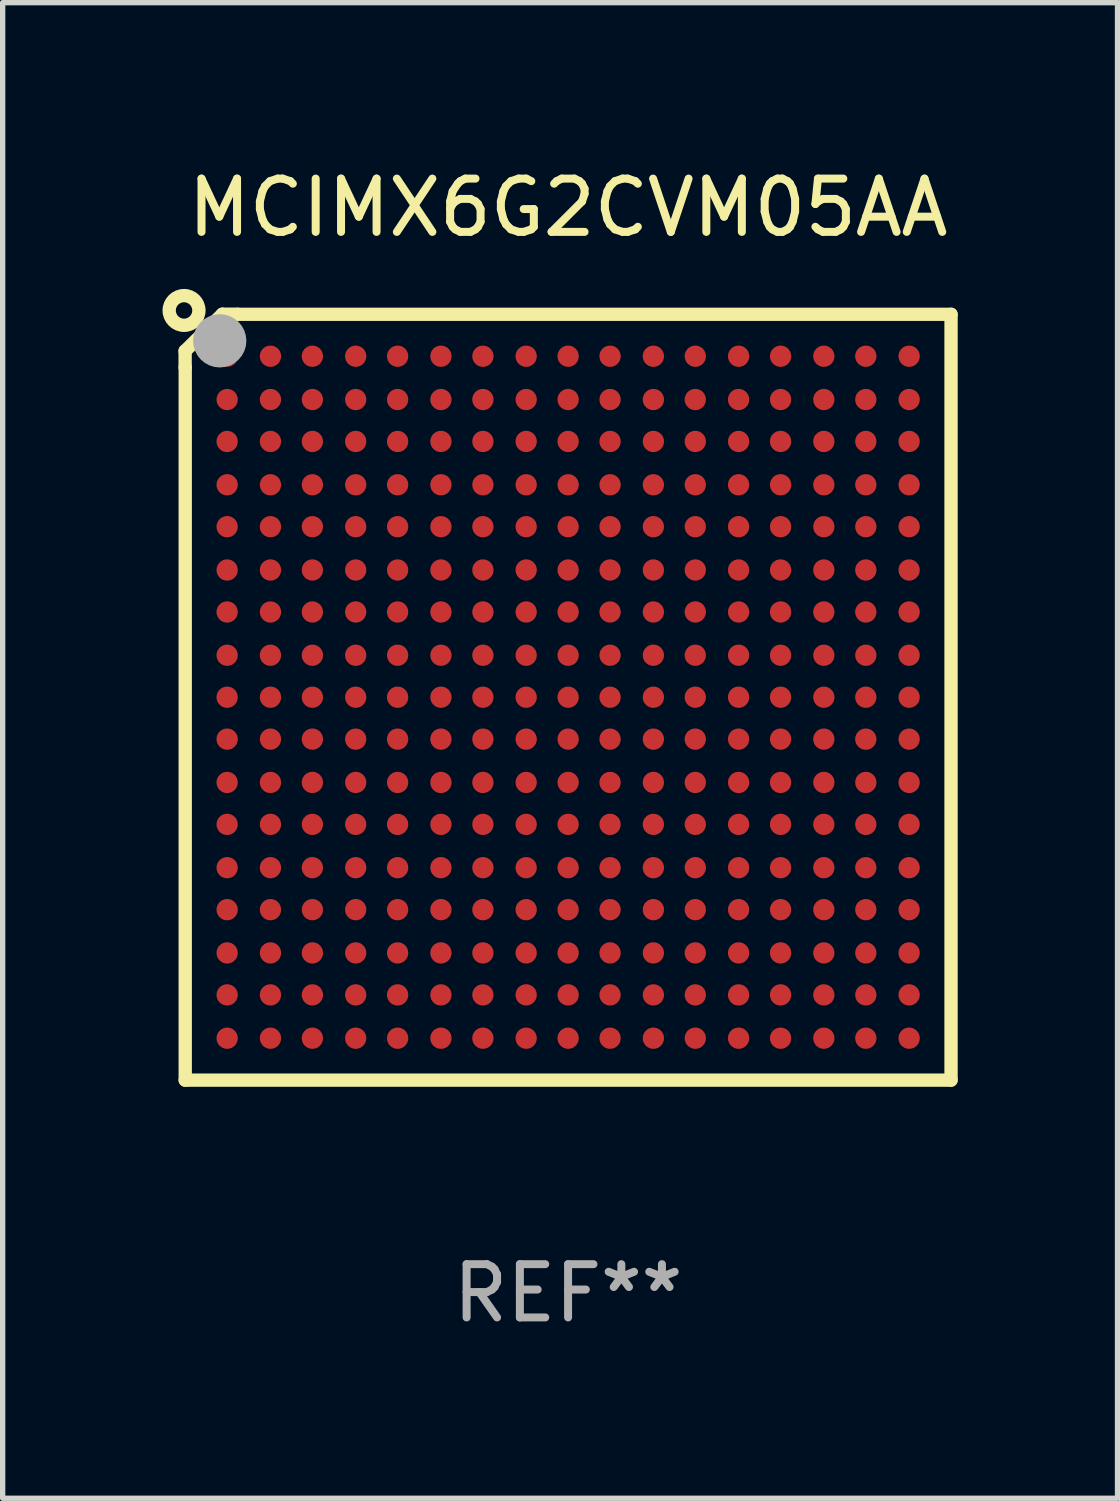
<source format=kicad_pcb>
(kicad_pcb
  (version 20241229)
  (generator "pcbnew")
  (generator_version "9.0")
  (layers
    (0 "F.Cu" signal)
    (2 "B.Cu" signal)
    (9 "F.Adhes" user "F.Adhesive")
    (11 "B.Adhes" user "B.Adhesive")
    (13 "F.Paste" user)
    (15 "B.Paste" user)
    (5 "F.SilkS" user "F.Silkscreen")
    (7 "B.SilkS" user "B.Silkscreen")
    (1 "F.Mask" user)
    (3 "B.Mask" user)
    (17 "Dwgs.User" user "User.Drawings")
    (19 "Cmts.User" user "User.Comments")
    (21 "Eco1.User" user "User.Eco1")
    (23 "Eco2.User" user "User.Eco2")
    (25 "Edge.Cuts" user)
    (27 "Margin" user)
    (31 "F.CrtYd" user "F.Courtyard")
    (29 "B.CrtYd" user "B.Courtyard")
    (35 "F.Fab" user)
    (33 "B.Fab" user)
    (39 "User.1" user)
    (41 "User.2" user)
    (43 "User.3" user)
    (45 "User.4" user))
  (footprint "MCIMX6G2CVM05AA"
    (layer "F.Cu")
    (at 7.614 10.037)
    (property "Reference" "MCIMX6G2CVM05AA" (at 0 -9.189 0) (layer "F.SilkS") (effects (font (size 1 1) (thickness 0.15))))
    (attr through_hole)
    (fp_line (start -7.189 -6.499) (end -7.189 -6.189) (stroke (width 0.25) (type solid)) (layer "F.SilkS"))
    (fp_line (start -7.187 -6.197) (end -7.187 7.189) (stroke (width 0.25) (type solid)) (layer "F.SilkS"))
    (fp_line (start -7.187 7.189) (end 7.189 7.189) (stroke (width 0.25) (type solid)) (layer "F.SilkS"))
    (fp_line (start -6.489 -7.189) (end -7.189 -6.499) (stroke (width 0.25) (type solid)) (layer "F.SilkS"))
    (fp_line (start -6.209 -7.189) (end -6.489 -7.189) (stroke (width 0.25) (type solid)) (layer "F.SilkS"))
    (fp_line (start 7.189 -7.187) (end -6.197 -7.187) (stroke (width 0.25) (type solid)) (layer "F.SilkS"))
    (fp_line (start 7.189 7.189) (end 7.189 -7.187) (stroke (width 0.25) (type solid)) (layer "F.SilkS"))
    (fp_circle (center -7.209 -7.259) (end -6.93 -7.259) (stroke (width 0.25) (type solid)) (fill no) (layer "F.SilkS"))
    (fp_circle (center -6.999 -6.999) (end -6.969 -6.999) (stroke (width 0.06) (type solid)) (fill no) (layer "F.SilkS"))
    (fp_circle (center -6.539 -6.689) (end -6.289 -6.689) (stroke (width 0.5) (type solid)) (fill no) (layer "F.Fab"))
    (fp_text user "REF**" (at 0 11.189 0) (layer "F.Fab") (effects (font (size 1 1) (thickness 0.15))))
    (pad "A1" smd circle (at -6.4 -6.4) (size 0.4 0.4) (layers "F.Cu" "F.Mask" "F.Paste"))
    (pad "A2" smd circle (at -5.587 -6.4) (size 0.4 0.4) (layers "F.Cu" "F.Mask" "F.Paste"))
    (pad "A3" smd circle (at -4.8 -6.4) (size 0.4 0.4) (layers "F.Cu" "F.Mask" "F.Paste"))
    (pad "A4" smd circle (at -3.987 -6.4) (size 0.4 0.4) (layers "F.Cu" "F.Mask" "F.Paste"))
    (pad "A5" smd circle (at -3.2 -6.4) (size 0.4 0.4) (layers "F.Cu" "F.Mask" "F.Paste"))
    (pad "A6" smd circle (at -2.387 -6.4) (size 0.4 0.4) (layers "F.Cu" "F.Mask" "F.Paste"))
    (pad "A7" smd circle (at -1.599 -6.4) (size 0.4 0.4) (layers "F.Cu" "F.Mask" "F.Paste"))
    (pad "A8" smd circle (at -0.787 -6.4) (size 0.4 0.4) (layers "F.Cu" "F.Mask" "F.Paste"))
    (pad "A9" smd circle (at 0.001 -6.4) (size 0.4 0.4) (layers "F.Cu" "F.Mask" "F.Paste"))
    (pad "A10" smd circle (at 0.788 -6.4) (size 0.4 0.4) (layers "F.Cu" "F.Mask" "F.Paste"))
    (pad "A11" smd circle (at 1.601 -6.4) (size 0.4 0.4) (layers "F.Cu" "F.Mask" "F.Paste"))
    (pad "A12" smd circle (at 2.388 -6.4) (size 0.4 0.4) (layers "F.Cu" "F.Mask" "F.Paste"))
    (pad "A13" smd circle (at 3.201 -6.4) (size 0.4 0.4) (layers "F.Cu" "F.Mask" "F.Paste"))
    (pad "A14" smd circle (at 3.989 -6.4) (size 0.4 0.4) (layers "F.Cu" "F.Mask" "F.Paste"))
    (pad "A15" smd circle (at 4.801 -6.4) (size 0.4 0.4) (layers "F.Cu" "F.Mask" "F.Paste"))
    (pad "A16" smd circle (at 5.589 -6.4) (size 0.4 0.4) (layers "F.Cu" "F.Mask" "F.Paste"))
    (pad "A17" smd circle (at 6.402 -6.4) (size 0.4 0.4) (layers "F.Cu" "F.Mask" "F.Paste"))
    (pad "B1" smd circle (at -6.4 -5.587) (size 0.4 0.4) (layers "F.Cu" "F.Mask" "F.Paste"))
    (pad "B2" smd circle (at -5.587 -5.587) (size 0.4 0.4) (layers "F.Cu" "F.Mask" "F.Paste"))
    (pad "B3" smd circle (at -4.8 -5.587) (size 0.4 0.4) (layers "F.Cu" "F.Mask" "F.Paste"))
    (pad "B4" smd circle (at -3.987 -5.587) (size 0.4 0.4) (layers "F.Cu" "F.Mask" "F.Paste"))
    (pad "B5" smd circle (at -3.2 -5.587) (size 0.4 0.4) (layers "F.Cu" "F.Mask" "F.Paste"))
    (pad "B6" smd circle (at -2.387 -5.587) (size 0.4 0.4) (layers "F.Cu" "F.Mask" "F.Paste"))
    (pad "B7" smd circle (at -1.599 -5.587) (size 0.4 0.4) (layers "F.Cu" "F.Mask" "F.Paste"))
    (pad "B8" smd circle (at -0.787 -5.587) (size 0.4 0.4) (layers "F.Cu" "F.Mask" "F.Paste"))
    (pad "B9" smd circle (at 0.001 -5.587) (size 0.4 0.4) (layers "F.Cu" "F.Mask" "F.Paste"))
    (pad "B10" smd circle (at 0.788 -5.587) (size 0.4 0.4) (layers "F.Cu" "F.Mask" "F.Paste"))
    (pad "B11" smd circle (at 1.601 -5.587) (size 0.4 0.4) (layers "F.Cu" "F.Mask" "F.Paste"))
    (pad "B12" smd circle (at 2.388 -5.587) (size 0.4 0.4) (layers "F.Cu" "F.Mask" "F.Paste"))
    (pad "B13" smd circle (at 3.201 -5.587) (size 0.4 0.4) (layers "F.Cu" "F.Mask" "F.Paste"))
    (pad "B14" smd circle (at 3.989 -5.587) (size 0.4 0.4) (layers "F.Cu" "F.Mask" "F.Paste"))
    (pad "B15" smd circle (at 4.801 -5.587) (size 0.4 0.4) (layers "F.Cu" "F.Mask" "F.Paste"))
    (pad "B16" smd circle (at 5.589 -5.587) (size 0.4 0.4) (layers "F.Cu" "F.Mask" "F.Paste"))
    (pad "B17" smd circle (at 6.402 -5.587) (size 0.4 0.4) (layers "F.Cu" "F.Mask" "F.Paste"))
    (pad "C1" smd circle (at -6.4 -4.8) (size 0.4 0.4) (layers "F.Cu" "F.Mask" "F.Paste"))
    (pad "C2" smd circle (at -5.587 -4.8) (size 0.4 0.4) (layers "F.Cu" "F.Mask" "F.Paste"))
    (pad "C3" smd circle (at -4.8 -4.8) (size 0.4 0.4) (layers "F.Cu" "F.Mask" "F.Paste"))
    (pad "C4" smd circle (at -3.987 -4.8) (size 0.4 0.4) (layers "F.Cu" "F.Mask" "F.Paste"))
    (pad "C5" smd circle (at -3.2 -4.8) (size 0.4 0.4) (layers "F.Cu" "F.Mask" "F.Paste"))
    (pad "C6" smd circle (at -2.387 -4.8) (size 0.4 0.4) (layers "F.Cu" "F.Mask" "F.Paste"))
    (pad "C7" smd circle (at -1.599 -4.8) (size 0.4 0.4) (layers "F.Cu" "F.Mask" "F.Paste"))
    (pad "C8" smd circle (at -0.787 -4.8) (size 0.4 0.4) (layers "F.Cu" "F.Mask" "F.Paste"))
    (pad "C9" smd circle (at 0.001 -4.8) (size 0.4 0.4) (layers "F.Cu" "F.Mask" "F.Paste"))
    (pad "C10" smd circle (at 0.788 -4.8) (size 0.4 0.4) (layers "F.Cu" "F.Mask" "F.Paste"))
    (pad "C11" smd circle (at 1.601 -4.8) (size 0.4 0.4) (layers "F.Cu" "F.Mask" "F.Paste"))
    (pad "C12" smd circle (at 2.388 -4.8) (size 0.4 0.4) (layers "F.Cu" "F.Mask" "F.Paste"))
    (pad "C13" smd circle (at 3.201 -4.8) (size 0.4 0.4) (layers "F.Cu" "F.Mask" "F.Paste"))
    (pad "C14" smd circle (at 3.989 -4.8) (size 0.4 0.4) (layers "F.Cu" "F.Mask" "F.Paste"))
    (pad "C15" smd circle (at 4.801 -4.8) (size 0.4 0.4) (layers "F.Cu" "F.Mask" "F.Paste"))
    (pad "C16" smd circle (at 5.589 -4.8) (size 0.4 0.4) (layers "F.Cu" "F.Mask" "F.Paste"))
    (pad "C17" smd circle (at 6.402 -4.8) (size 0.4 0.4) (layers "F.Cu" "F.Mask" "F.Paste"))
    (pad "D1" smd circle (at -6.4 -3.987) (size 0.4 0.4) (layers "F.Cu" "F.Mask" "F.Paste"))
    (pad "D2" smd circle (at -5.587 -3.987) (size 0.4 0.4) (layers "F.Cu" "F.Mask" "F.Paste"))
    (pad "D3" smd circle (at -4.8 -3.987) (size 0.4 0.4) (layers "F.Cu" "F.Mask" "F.Paste"))
    (pad "D4" smd circle (at -3.987 -3.987) (size 0.4 0.4) (layers "F.Cu" "F.Mask" "F.Paste"))
    (pad "D5" smd circle (at -3.2 -3.987) (size 0.4 0.4) (layers "F.Cu" "F.Mask" "F.Paste"))
    (pad "D6" smd circle (at -2.387 -3.987) (size 0.4 0.4) (layers "F.Cu" "F.Mask" "F.Paste"))
    (pad "D7" smd circle (at -1.599 -3.987) (size 0.4 0.4) (layers "F.Cu" "F.Mask" "F.Paste"))
    (pad "D8" smd circle (at -0.787 -3.987) (size 0.4 0.4) (layers "F.Cu" "F.Mask" "F.Paste"))
    (pad "D9" smd circle (at 0.001 -3.987) (size 0.4 0.4) (layers "F.Cu" "F.Mask" "F.Paste"))
    (pad "D10" smd circle (at 0.788 -3.987) (size 0.4 0.4) (layers "F.Cu" "F.Mask" "F.Paste"))
    (pad "D11" smd circle (at 1.601 -3.987) (size 0.4 0.4) (layers "F.Cu" "F.Mask" "F.Paste"))
    (pad "D12" smd circle (at 2.388 -3.987) (size 0.4 0.4) (layers "F.Cu" "F.Mask" "F.Paste"))
    (pad "D13" smd circle (at 3.201 -3.987) (size 0.4 0.4) (layers "F.Cu" "F.Mask" "F.Paste"))
    (pad "D14" smd circle (at 3.989 -3.987) (size 0.4 0.4) (layers "F.Cu" "F.Mask" "F.Paste"))
    (pad "D15" smd circle (at 4.801 -3.987) (size 0.4 0.4) (layers "F.Cu" "F.Mask" "F.Paste"))
    (pad "D16" smd circle (at 5.589 -3.987) (size 0.4 0.4) (layers "F.Cu" "F.Mask" "F.Paste"))
    (pad "D17" smd circle (at 6.402 -3.987) (size 0.4 0.4) (layers "F.Cu" "F.Mask" "F.Paste"))
    (pad "E1" smd circle (at -6.4 -3.2) (size 0.4 0.4) (layers "F.Cu" "F.Mask" "F.Paste"))
    (pad "E2" smd circle (at -5.587 -3.2) (size 0.4 0.4) (layers "F.Cu" "F.Mask" "F.Paste"))
    (pad "E3" smd circle (at -4.8 -3.2) (size 0.4 0.4) (layers "F.Cu" "F.Mask" "F.Paste"))
    (pad "E4" smd circle (at -3.987 -3.2) (size 0.4 0.4) (layers "F.Cu" "F.Mask" "F.Paste"))
    (pad "E5" smd circle (at -3.2 -3.2) (size 0.4 0.4) (layers "F.Cu" "F.Mask" "F.Paste"))
    (pad "E6" smd circle (at -2.387 -3.2) (size 0.4 0.4) (layers "F.Cu" "F.Mask" "F.Paste"))
    (pad "E7" smd circle (at -1.599 -3.2) (size 0.4 0.4) (layers "F.Cu" "F.Mask" "F.Paste"))
    (pad "E8" smd circle (at -0.787 -3.2) (size 0.4 0.4) (layers "F.Cu" "F.Mask" "F.Paste"))
    (pad "E9" smd circle (at 0.001 -3.2) (size 0.4 0.4) (layers "F.Cu" "F.Mask" "F.Paste"))
    (pad "E10" smd circle (at 0.788 -3.2) (size 0.4 0.4) (layers "F.Cu" "F.Mask" "F.Paste"))
    (pad "E11" smd circle (at 1.601 -3.2) (size 0.4 0.4) (layers "F.Cu" "F.Mask" "F.Paste"))
    (pad "E12" smd circle (at 2.388 -3.2) (size 0.4 0.4) (layers "F.Cu" "F.Mask" "F.Paste"))
    (pad "E13" smd circle (at 3.201 -3.2) (size 0.4 0.4) (layers "F.Cu" "F.Mask" "F.Paste"))
    (pad "E14" smd circle (at 3.989 -3.2) (size 0.4 0.4) (layers "F.Cu" "F.Mask" "F.Paste"))
    (pad "E15" smd circle (at 4.801 -3.2) (size 0.4 0.4) (layers "F.Cu" "F.Mask" "F.Paste"))
    (pad "E16" smd circle (at 5.589 -3.2) (size 0.4 0.4) (layers "F.Cu" "F.Mask" "F.Paste"))
    (pad "E17" smd circle (at 6.402 -3.2) (size 0.4 0.4) (layers "F.Cu" "F.Mask" "F.Paste"))
    (pad "F1" smd circle (at -6.4 -2.387) (size 0.4 0.4) (layers "F.Cu" "F.Mask" "F.Paste"))
    (pad "F2" smd circle (at -5.587 -2.387) (size 0.4 0.4) (layers "F.Cu" "F.Mask" "F.Paste"))
    (pad "F3" smd circle (at -4.8 -2.387) (size 0.4 0.4) (layers "F.Cu" "F.Mask" "F.Paste"))
    (pad "F4" smd circle (at -3.987 -2.387) (size 0.4 0.4) (layers "F.Cu" "F.Mask" "F.Paste"))
    (pad "F5" smd circle (at -3.2 -2.387) (size 0.4 0.4) (layers "F.Cu" "F.Mask" "F.Paste"))
    (pad "F6" smd circle (at -2.387 -2.387) (size 0.4 0.4) (layers "F.Cu" "F.Mask" "F.Paste"))
    (pad "F7" smd circle (at -1.599 -2.387) (size 0.4 0.4) (layers "F.Cu" "F.Mask" "F.Paste"))
    (pad "F8" smd circle (at -0.787 -2.387) (size 0.4 0.4) (layers "F.Cu" "F.Mask" "F.Paste"))
    (pad "F9" smd circle (at 0.001 -2.387) (size 0.4 0.4) (layers "F.Cu" "F.Mask" "F.Paste"))
    (pad "F10" smd circle (at 0.788 -2.387) (size 0.4 0.4) (layers "F.Cu" "F.Mask" "F.Paste"))
    (pad "F11" smd circle (at 1.601 -2.387) (size 0.4 0.4) (layers "F.Cu" "F.Mask" "F.Paste"))
    (pad "F12" smd circle (at 2.388 -2.387) (size 0.4 0.4) (layers "F.Cu" "F.Mask" "F.Paste"))
    (pad "F13" smd circle (at 3.201 -2.387) (size 0.4 0.4) (layers "F.Cu" "F.Mask" "F.Paste"))
    (pad "F14" smd circle (at 3.989 -2.387) (size 0.4 0.4) (layers "F.Cu" "F.Mask" "F.Paste"))
    (pad "F15" smd circle (at 4.801 -2.387) (size 0.4 0.4) (layers "F.Cu" "F.Mask" "F.Paste"))
    (pad "F16" smd circle (at 5.589 -2.387) (size 0.4 0.4) (layers "F.Cu" "F.Mask" "F.Paste"))
    (pad "F17" smd circle (at 6.402 -2.387) (size 0.4 0.4) (layers "F.Cu" "F.Mask" "F.Paste"))
    (pad "G1" smd circle (at -6.4 -1.599) (size 0.4 0.4) (layers "F.Cu" "F.Mask" "F.Paste"))
    (pad "G2" smd circle (at -5.587 -1.599) (size 0.4 0.4) (layers "F.Cu" "F.Mask" "F.Paste"))
    (pad "G3" smd circle (at -4.8 -1.599) (size 0.4 0.4) (layers "F.Cu" "F.Mask" "F.Paste"))
    (pad "G4" smd circle (at -3.987 -1.599) (size 0.4 0.4) (layers "F.Cu" "F.Mask" "F.Paste"))
    (pad "G5" smd circle (at -3.2 -1.599) (size 0.4 0.4) (layers "F.Cu" "F.Mask" "F.Paste"))
    (pad "G6" smd circle (at -2.387 -1.599) (size 0.4 0.4) (layers "F.Cu" "F.Mask" "F.Paste"))
    (pad "G7" smd circle (at -1.599 -1.599) (size 0.4 0.4) (layers "F.Cu" "F.Mask" "F.Paste"))
    (pad "G8" smd circle (at -0.787 -1.599) (size 0.4 0.4) (layers "F.Cu" "F.Mask" "F.Paste"))
    (pad "G9" smd circle (at 0.001 -1.599) (size 0.4 0.4) (layers "F.Cu" "F.Mask" "F.Paste"))
    (pad "G10" smd circle (at 0.788 -1.599) (size 0.4 0.4) (layers "F.Cu" "F.Mask" "F.Paste"))
    (pad "G11" smd circle (at 1.601 -1.599) (size 0.4 0.4) (layers "F.Cu" "F.Mask" "F.Paste"))
    (pad "G12" smd circle (at 2.388 -1.599) (size 0.4 0.4) (layers "F.Cu" "F.Mask" "F.Paste"))
    (pad "G13" smd circle (at 3.201 -1.599) (size 0.4 0.4) (layers "F.Cu" "F.Mask" "F.Paste"))
    (pad "G14" smd circle (at 3.989 -1.599) (size 0.4 0.4) (layers "F.Cu" "F.Mask" "F.Paste"))
    (pad "G15" smd circle (at 4.801 -1.599) (size 0.4 0.4) (layers "F.Cu" "F.Mask" "F.Paste"))
    (pad "G16" smd circle (at 5.589 -1.599) (size 0.4 0.4) (layers "F.Cu" "F.Mask" "F.Paste"))
    (pad "G17" smd circle (at 6.402 -1.599) (size 0.4 0.4) (layers "F.Cu" "F.Mask" "F.Paste"))
    (pad "H1" smd circle (at -6.4 -0.787) (size 0.4 0.4) (layers "F.Cu" "F.Mask" "F.Paste"))
    (pad "H2" smd circle (at -5.587 -0.787) (size 0.4 0.4) (layers "F.Cu" "F.Mask" "F.Paste"))
    (pad "H3" smd circle (at -4.8 -0.787) (size 0.4 0.4) (layers "F.Cu" "F.Mask" "F.Paste"))
    (pad "H4" smd circle (at -3.987 -0.787) (size 0.4 0.4) (layers "F.Cu" "F.Mask" "F.Paste"))
    (pad "H5" smd circle (at -3.2 -0.787) (size 0.4 0.4) (layers "F.Cu" "F.Mask" "F.Paste"))
    (pad "H6" smd circle (at -2.387 -0.787) (size 0.4 0.4) (layers "F.Cu" "F.Mask" "F.Paste"))
    (pad "H7" smd circle (at -1.599 -0.787) (size 0.4 0.4) (layers "F.Cu" "F.Mask" "F.Paste"))
    (pad "H8" smd circle (at -0.787 -0.787) (size 0.4 0.4) (layers "F.Cu" "F.Mask" "F.Paste"))
    (pad "H9" smd circle (at 0.001 -0.787) (size 0.4 0.4) (layers "F.Cu" "F.Mask" "F.Paste"))
    (pad "H10" smd circle (at 0.788 -0.787) (size 0.4 0.4) (layers "F.Cu" "F.Mask" "F.Paste"))
    (pad "H11" smd circle (at 1.601 -0.787) (size 0.4 0.4) (layers "F.Cu" "F.Mask" "F.Paste"))
    (pad "H12" smd circle (at 2.388 -0.787) (size 0.4 0.4) (layers "F.Cu" "F.Mask" "F.Paste"))
    (pad "H13" smd circle (at 3.201 -0.787) (size 0.4 0.4) (layers "F.Cu" "F.Mask" "F.Paste"))
    (pad "H14" smd circle (at 3.989 -0.787) (size 0.4 0.4) (layers "F.Cu" "F.Mask" "F.Paste"))
    (pad "H15" smd circle (at 4.801 -0.787) (size 0.4 0.4) (layers "F.Cu" "F.Mask" "F.Paste"))
    (pad "H16" smd circle (at 5.589 -0.787) (size 0.4 0.4) (layers "F.Cu" "F.Mask" "F.Paste"))
    (pad "H17" smd circle (at 6.402 -0.787) (size 0.4 0.4) (layers "F.Cu" "F.Mask" "F.Paste"))
    (pad "J1" smd circle (at -6.4 0.001) (size 0.4 0.4) (layers "F.Cu" "F.Mask" "F.Paste"))
    (pad "J2" smd circle (at -5.587 0.001) (size 0.4 0.4) (layers "F.Cu" "F.Mask" "F.Paste"))
    (pad "J3" smd circle (at -4.8 0.001) (size 0.4 0.4) (layers "F.Cu" "F.Mask" "F.Paste"))
    (pad "J4" smd circle (at -3.987 0.001) (size 0.4 0.4) (layers "F.Cu" "F.Mask" "F.Paste"))
    (pad "J5" smd circle (at -3.2 0.001) (size 0.4 0.4) (layers "F.Cu" "F.Mask" "F.Paste"))
    (pad "J6" smd circle (at -2.387 0.001) (size 0.4 0.4) (layers "F.Cu" "F.Mask" "F.Paste"))
    (pad "J7" smd circle (at -1.599 0.001) (size 0.4 0.4) (layers "F.Cu" "F.Mask" "F.Paste"))
    (pad "J8" smd circle (at -0.787 0.001) (size 0.4 0.4) (layers "F.Cu" "F.Mask" "F.Paste"))
    (pad "J9" smd circle (at 0.001 0.001) (size 0.4 0.4) (layers "F.Cu" "F.Mask" "F.Paste"))
    (pad "J10" smd circle (at 0.788 0.001) (size 0.4 0.4) (layers "F.Cu" "F.Mask" "F.Paste"))
    (pad "J11" smd circle (at 1.601 0.001) (size 0.4 0.4) (layers "F.Cu" "F.Mask" "F.Paste"))
    (pad "J12" smd circle (at 2.388 0.001) (size 0.4 0.4) (layers "F.Cu" "F.Mask" "F.Paste"))
    (pad "J13" smd circle (at 3.201 0.001) (size 0.4 0.4) (layers "F.Cu" "F.Mask" "F.Paste"))
    (pad "J14" smd circle (at 3.989 0.001) (size 0.4 0.4) (layers "F.Cu" "F.Mask" "F.Paste"))
    (pad "J15" smd circle (at 4.801 0.001) (size 0.4 0.4) (layers "F.Cu" "F.Mask" "F.Paste"))
    (pad "J16" smd circle (at 5.589 0.001) (size 0.4 0.4) (layers "F.Cu" "F.Mask" "F.Paste"))
    (pad "J17" smd circle (at 6.402 0.001) (size 0.4 0.4) (layers "F.Cu" "F.Mask" "F.Paste"))
    (pad "K1" smd circle (at -6.4 0.788) (size 0.4 0.4) (layers "F.Cu" "F.Mask" "F.Paste"))
    (pad "K2" smd circle (at -5.587 0.788) (size 0.4 0.4) (layers "F.Cu" "F.Mask" "F.Paste"))
    (pad "K3" smd circle (at -4.8 0.788) (size 0.4 0.4) (layers "F.Cu" "F.Mask" "F.Paste"))
    (pad "K4" smd circle (at -3.987 0.788) (size 0.4 0.4) (layers "F.Cu" "F.Mask" "F.Paste"))
    (pad "K5" smd circle (at -3.2 0.788) (size 0.4 0.4) (layers "F.Cu" "F.Mask" "F.Paste"))
    (pad "K6" smd circle (at -2.387 0.788) (size 0.4 0.4) (layers "F.Cu" "F.Mask" "F.Paste"))
    (pad "K7" smd circle (at -1.599 0.788) (size 0.4 0.4) (layers "F.Cu" "F.Mask" "F.Paste"))
    (pad "K8" smd circle (at -0.787 0.788) (size 0.4 0.4) (layers "F.Cu" "F.Mask" "F.Paste"))
    (pad "K9" smd circle (at 0.001 0.788) (size 0.4 0.4) (layers "F.Cu" "F.Mask" "F.Paste"))
    (pad "K10" smd circle (at 0.788 0.788) (size 0.4 0.4) (layers "F.Cu" "F.Mask" "F.Paste"))
    (pad "K11" smd circle (at 1.601 0.788) (size 0.4 0.4) (layers "F.Cu" "F.Mask" "F.Paste"))
    (pad "K12" smd circle (at 2.388 0.788) (size 0.4 0.4) (layers "F.Cu" "F.Mask" "F.Paste"))
    (pad "K13" smd circle (at 3.201 0.788) (size 0.4 0.4) (layers "F.Cu" "F.Mask" "F.Paste"))
    (pad "K14" smd circle (at 3.989 0.788) (size 0.4 0.4) (layers "F.Cu" "F.Mask" "F.Paste"))
    (pad "K15" smd circle (at 4.801 0.788) (size 0.4 0.4) (layers "F.Cu" "F.Mask" "F.Paste"))
    (pad "K16" smd circle (at 5.589 0.788) (size 0.4 0.4) (layers "F.Cu" "F.Mask" "F.Paste"))
    (pad "K17" smd circle (at 6.402 0.788) (size 0.4 0.4) (layers "F.Cu" "F.Mask" "F.Paste"))
    (pad "L1" smd circle (at -6.4 1.601) (size 0.4 0.4) (layers "F.Cu" "F.Mask" "F.Paste"))
    (pad "L2" smd circle (at -5.587 1.601) (size 0.4 0.4) (layers "F.Cu" "F.Mask" "F.Paste"))
    (pad "L3" smd circle (at -4.8 1.601) (size 0.4 0.4) (layers "F.Cu" "F.Mask" "F.Paste"))
    (pad "L4" smd circle (at -3.987 1.601) (size 0.4 0.4) (layers "F.Cu" "F.Mask" "F.Paste"))
    (pad "L5" smd circle (at -3.2 1.601) (size 0.4 0.4) (layers "F.Cu" "F.Mask" "F.Paste"))
    (pad "L6" smd circle (at -2.387 1.601) (size 0.4 0.4) (layers "F.Cu" "F.Mask" "F.Paste"))
    (pad "L7" smd circle (at -1.599 1.601) (size 0.4 0.4) (layers "F.Cu" "F.Mask" "F.Paste"))
    (pad "L8" smd circle (at -0.787 1.601) (size 0.4 0.4) (layers "F.Cu" "F.Mask" "F.Paste"))
    (pad "L9" smd circle (at 0.001 1.601) (size 0.4 0.4) (layers "F.Cu" "F.Mask" "F.Paste"))
    (pad "L10" smd circle (at 0.788 1.601) (size 0.4 0.4) (layers "F.Cu" "F.Mask" "F.Paste"))
    (pad "L11" smd circle (at 1.601 1.601) (size 0.4 0.4) (layers "F.Cu" "F.Mask" "F.Paste"))
    (pad "L12" smd circle (at 2.388 1.601) (size 0.4 0.4) (layers "F.Cu" "F.Mask" "F.Paste"))
    (pad "L13" smd circle (at 3.201 1.601) (size 0.4 0.4) (layers "F.Cu" "F.Mask" "F.Paste"))
    (pad "L14" smd circle (at 3.989 1.601) (size 0.4 0.4) (layers "F.Cu" "F.Mask" "F.Paste"))
    (pad "L15" smd circle (at 4.801 1.601) (size 0.4 0.4) (layers "F.Cu" "F.Mask" "F.Paste"))
    (pad "L16" smd circle (at 5.589 1.601) (size 0.4 0.4) (layers "F.Cu" "F.Mask" "F.Paste"))
    (pad "L17" smd circle (at 6.402 1.601) (size 0.4 0.4) (layers "F.Cu" "F.Mask" "F.Paste"))
    (pad "M1" smd circle (at -6.4 2.388) (size 0.4 0.4) (layers "F.Cu" "F.Mask" "F.Paste"))
    (pad "M2" smd circle (at -5.587 2.388) (size 0.4 0.4) (layers "F.Cu" "F.Mask" "F.Paste"))
    (pad "M3" smd circle (at -4.8 2.388) (size 0.4 0.4) (layers "F.Cu" "F.Mask" "F.Paste"))
    (pad "M4" smd circle (at -3.987 2.388) (size 0.4 0.4) (layers "F.Cu" "F.Mask" "F.Paste"))
    (pad "M5" smd circle (at -3.2 2.388) (size 0.4 0.4) (layers "F.Cu" "F.Mask" "F.Paste"))
    (pad "M6" smd circle (at -2.387 2.388) (size 0.4 0.4) (layers "F.Cu" "F.Mask" "F.Paste"))
    (pad "M7" smd circle (at -1.599 2.388) (size 0.4 0.4) (layers "F.Cu" "F.Mask" "F.Paste"))
    (pad "M8" smd circle (at -0.787 2.388) (size 0.4 0.4) (layers "F.Cu" "F.Mask" "F.Paste"))
    (pad "M9" smd circle (at 0.001 2.388) (size 0.4 0.4) (layers "F.Cu" "F.Mask" "F.Paste"))
    (pad "M10" smd circle (at 0.788 2.388) (size 0.4 0.4) (layers "F.Cu" "F.Mask" "F.Paste"))
    (pad "M11" smd circle (at 1.601 2.388) (size 0.4 0.4) (layers "F.Cu" "F.Mask" "F.Paste"))
    (pad "M12" smd circle (at 2.388 2.388) (size 0.4 0.4) (layers "F.Cu" "F.Mask" "F.Paste"))
    (pad "M13" smd circle (at 3.201 2.388) (size 0.4 0.4) (layers "F.Cu" "F.Mask" "F.Paste"))
    (pad "M14" smd circle (at 3.989 2.388) (size 0.4 0.4) (layers "F.Cu" "F.Mask" "F.Paste"))
    (pad "M15" smd circle (at 4.801 2.388) (size 0.4 0.4) (layers "F.Cu" "F.Mask" "F.Paste"))
    (pad "M16" smd circle (at 5.589 2.388) (size 0.4 0.4) (layers "F.Cu" "F.Mask" "F.Paste"))
    (pad "M17" smd circle (at 6.402 2.388) (size 0.4 0.4) (layers "F.Cu" "F.Mask" "F.Paste"))
    (pad "N1" smd circle (at -6.4 3.201) (size 0.4 0.4) (layers "F.Cu" "F.Mask" "F.Paste"))
    (pad "N2" smd circle (at -5.587 3.201) (size 0.4 0.4) (layers "F.Cu" "F.Mask" "F.Paste"))
    (pad "N3" smd circle (at -4.8 3.201) (size 0.4 0.4) (layers "F.Cu" "F.Mask" "F.Paste"))
    (pad "N4" smd circle (at -3.987 3.201) (size 0.4 0.4) (layers "F.Cu" "F.Mask" "F.Paste"))
    (pad "N5" smd circle (at -3.2 3.201) (size 0.4 0.4) (layers "F.Cu" "F.Mask" "F.Paste"))
    (pad "N6" smd circle (at -2.387 3.201) (size 0.4 0.4) (layers "F.Cu" "F.Mask" "F.Paste"))
    (pad "N7" smd circle (at -1.599 3.201) (size 0.4 0.4) (layers "F.Cu" "F.Mask" "F.Paste"))
    (pad "N8" smd circle (at -0.787 3.201) (size 0.4 0.4) (layers "F.Cu" "F.Mask" "F.Paste"))
    (pad "N9" smd circle (at 0.001 3.201) (size 0.4 0.4) (layers "F.Cu" "F.Mask" "F.Paste"))
    (pad "N10" smd circle (at 0.788 3.201) (size 0.4 0.4) (layers "F.Cu" "F.Mask" "F.Paste"))
    (pad "N11" smd circle (at 1.601 3.201) (size 0.4 0.4) (layers "F.Cu" "F.Mask" "F.Paste"))
    (pad "N12" smd circle (at 2.388 3.201) (size 0.4 0.4) (layers "F.Cu" "F.Mask" "F.Paste"))
    (pad "N13" smd circle (at 3.201 3.201) (size 0.4 0.4) (layers "F.Cu" "F.Mask" "F.Paste"))
    (pad "N14" smd circle (at 3.989 3.201) (size 0.4 0.4) (layers "F.Cu" "F.Mask" "F.Paste"))
    (pad "N15" smd circle (at 4.801 3.201) (size 0.4 0.4) (layers "F.Cu" "F.Mask" "F.Paste"))
    (pad "N16" smd circle (at 5.589 3.201) (size 0.4 0.4) (layers "F.Cu" "F.Mask" "F.Paste"))
    (pad "N17" smd circle (at 6.402 3.201) (size 0.4 0.4) (layers "F.Cu" "F.Mask" "F.Paste"))
    (pad "P1" smd circle (at -6.4 3.989) (size 0.4 0.4) (layers "F.Cu" "F.Mask" "F.Paste"))
    (pad "P2" smd circle (at -5.587 3.989) (size 0.4 0.4) (layers "F.Cu" "F.Mask" "F.Paste"))
    (pad "P3" smd circle (at -4.8 3.989) (size 0.4 0.4) (layers "F.Cu" "F.Mask" "F.Paste"))
    (pad "P4" smd circle (at -3.987 3.989) (size 0.4 0.4) (layers "F.Cu" "F.Mask" "F.Paste"))
    (pad "P5" smd circle (at -3.2 3.989) (size 0.4 0.4) (layers "F.Cu" "F.Mask" "F.Paste"))
    (pad "P6" smd circle (at -2.387 3.989) (size 0.4 0.4) (layers "F.Cu" "F.Mask" "F.Paste"))
    (pad "P7" smd circle (at -1.599 3.989) (size 0.4 0.4) (layers "F.Cu" "F.Mask" "F.Paste"))
    (pad "P8" smd circle (at -0.787 3.989) (size 0.4 0.4) (layers "F.Cu" "F.Mask" "F.Paste"))
    (pad "P9" smd circle (at 0.001 3.989) (size 0.4 0.4) (layers "F.Cu" "F.Mask" "F.Paste"))
    (pad "P10" smd circle (at 0.788 3.989) (size 0.4 0.4) (layers "F.Cu" "F.Mask" "F.Paste"))
    (pad "P11" smd circle (at 1.601 3.989) (size 0.4 0.4) (layers "F.Cu" "F.Mask" "F.Paste"))
    (pad "P12" smd circle (at 2.388 3.989) (size 0.4 0.4) (layers "F.Cu" "F.Mask" "F.Paste"))
    (pad "P13" smd circle (at 3.201 3.989) (size 0.4 0.4) (layers "F.Cu" "F.Mask" "F.Paste"))
    (pad "P14" smd circle (at 3.989 3.989) (size 0.4 0.4) (layers "F.Cu" "F.Mask" "F.Paste"))
    (pad "P15" smd circle (at 4.801 3.989) (size 0.4 0.4) (layers "F.Cu" "F.Mask" "F.Paste"))
    (pad "P16" smd circle (at 5.589 3.989) (size 0.4 0.4) (layers "F.Cu" "F.Mask" "F.Paste"))
    (pad "P17" smd circle (at 6.402 3.989) (size 0.4 0.4) (layers "F.Cu" "F.Mask" "F.Paste"))
    (pad "R1" smd circle (at -6.4 4.801) (size 0.4 0.4) (layers "F.Cu" "F.Mask" "F.Paste"))
    (pad "R2" smd circle (at -5.587 4.801) (size 0.4 0.4) (layers "F.Cu" "F.Mask" "F.Paste"))
    (pad "R3" smd circle (at -4.8 4.801) (size 0.4 0.4) (layers "F.Cu" "F.Mask" "F.Paste"))
    (pad "R4" smd circle (at -3.987 4.801) (size 0.4 0.4) (layers "F.Cu" "F.Mask" "F.Paste"))
    (pad "R5" smd circle (at -3.2 4.801) (size 0.4 0.4) (layers "F.Cu" "F.Mask" "F.Paste"))
    (pad "R6" smd circle (at -2.387 4.801) (size 0.4 0.4) (layers "F.Cu" "F.Mask" "F.Paste"))
    (pad "R7" smd circle (at -1.599 4.801) (size 0.4 0.4) (layers "F.Cu" "F.Mask" "F.Paste"))
    (pad "R8" smd circle (at -0.787 4.801) (size 0.4 0.4) (layers "F.Cu" "F.Mask" "F.Paste"))
    (pad "R9" smd circle (at 0.001 4.801) (size 0.4 0.4) (layers "F.Cu" "F.Mask" "F.Paste"))
    (pad "R10" smd circle (at 0.788 4.801) (size 0.4 0.4) (layers "F.Cu" "F.Mask" "F.Paste"))
    (pad "R11" smd circle (at 1.601 4.801) (size 0.4 0.4) (layers "F.Cu" "F.Mask" "F.Paste"))
    (pad "R12" smd circle (at 2.388 4.801) (size 0.4 0.4) (layers "F.Cu" "F.Mask" "F.Paste"))
    (pad "R13" smd circle (at 3.201 4.801) (size 0.4 0.4) (layers "F.Cu" "F.Mask" "F.Paste"))
    (pad "R14" smd circle (at 3.989 4.801) (size 0.4 0.4) (layers "F.Cu" "F.Mask" "F.Paste"))
    (pad "R15" smd circle (at 4.801 4.801) (size 0.4 0.4) (layers "F.Cu" "F.Mask" "F.Paste"))
    (pad "R16" smd circle (at 5.589 4.801) (size 0.4 0.4) (layers "F.Cu" "F.Mask" "F.Paste"))
    (pad "R17" smd circle (at 6.402 4.801) (size 0.4 0.4) (layers "F.Cu" "F.Mask" "F.Paste"))
    (pad "T1" smd circle (at -6.4 5.589) (size 0.4 0.4) (layers "F.Cu" "F.Mask" "F.Paste"))
    (pad "T2" smd circle (at -5.587 5.589) (size 0.4 0.4) (layers "F.Cu" "F.Mask" "F.Paste"))
    (pad "T3" smd circle (at -4.8 5.589) (size 0.4 0.4) (layers "F.Cu" "F.Mask" "F.Paste"))
    (pad "T4" smd circle (at -3.987 5.589) (size 0.4 0.4) (layers "F.Cu" "F.Mask" "F.Paste"))
    (pad "T5" smd circle (at -3.2 5.589) (size 0.4 0.4) (layers "F.Cu" "F.Mask" "F.Paste"))
    (pad "T6" smd circle (at -2.387 5.589) (size 0.4 0.4) (layers "F.Cu" "F.Mask" "F.Paste"))
    (pad "T7" smd circle (at -1.599 5.589) (size 0.4 0.4) (layers "F.Cu" "F.Mask" "F.Paste"))
    (pad "T8" smd circle (at -0.787 5.589) (size 0.4 0.4) (layers "F.Cu" "F.Mask" "F.Paste"))
    (pad "T9" smd circle (at 0.001 5.589) (size 0.4 0.4) (layers "F.Cu" "F.Mask" "F.Paste"))
    (pad "T10" smd circle (at 0.788 5.589) (size 0.4 0.4) (layers "F.Cu" "F.Mask" "F.Paste"))
    (pad "T11" smd circle (at 1.601 5.589) (size 0.4 0.4) (layers "F.Cu" "F.Mask" "F.Paste"))
    (pad "T12" smd circle (at 2.388 5.589) (size 0.4 0.4) (layers "F.Cu" "F.Mask" "F.Paste"))
    (pad "T13" smd circle (at 3.201 5.589) (size 0.4 0.4) (layers "F.Cu" "F.Mask" "F.Paste"))
    (pad "T14" smd circle (at 3.989 5.589) (size 0.4 0.4) (layers "F.Cu" "F.Mask" "F.Paste"))
    (pad "T15" smd circle (at 4.801 5.589) (size 0.4 0.4) (layers "F.Cu" "F.Mask" "F.Paste"))
    (pad "T16" smd circle (at 5.589 5.589) (size 0.4 0.4) (layers "F.Cu" "F.Mask" "F.Paste"))
    (pad "T17" smd circle (at 6.402 5.589) (size 0.4 0.4) (layers "F.Cu" "F.Mask" "F.Paste"))
    (pad "U1" smd circle (at -6.4 6.402) (size 0.4 0.4) (layers "F.Cu" "F.Mask" "F.Paste"))
    (pad "U2" smd circle (at -5.587 6.402) (size 0.4 0.4) (layers "F.Cu" "F.Mask" "F.Paste"))
    (pad "U3" smd circle (at -4.8 6.402) (size 0.4 0.4) (layers "F.Cu" "F.Mask" "F.Paste"))
    (pad "U4" smd circle (at -3.987 6.402) (size 0.4 0.4) (layers "F.Cu" "F.Mask" "F.Paste"))
    (pad "U5" smd circle (at -3.2 6.402) (size 0.4 0.4) (layers "F.Cu" "F.Mask" "F.Paste"))
    (pad "U6" smd circle (at -2.387 6.402) (size 0.4 0.4) (layers "F.Cu" "F.Mask" "F.Paste"))
    (pad "U7" smd circle (at -1.599 6.402) (size 0.4 0.4) (layers "F.Cu" "F.Mask" "F.Paste"))
    (pad "U8" smd circle (at -0.787 6.402) (size 0.4 0.4) (layers "F.Cu" "F.Mask" "F.Paste"))
    (pad "U9" smd circle (at 0.001 6.402) (size 0.4 0.4) (layers "F.Cu" "F.Mask" "F.Paste"))
    (pad "U10" smd circle (at 0.788 6.402) (size 0.4 0.4) (layers "F.Cu" "F.Mask" "F.Paste"))
    (pad "U11" smd circle (at 1.601 6.402) (size 0.4 0.4) (layers "F.Cu" "F.Mask" "F.Paste"))
    (pad "U12" smd circle (at 2.388 6.402) (size 0.4 0.4) (layers "F.Cu" "F.Mask" "F.Paste"))
    (pad "U13" smd circle (at 3.201 6.402) (size 0.4 0.4) (layers "F.Cu" "F.Mask" "F.Paste"))
    (pad "U14" smd circle (at 3.989 6.402) (size 0.4 0.4) (layers "F.Cu" "F.Mask" "F.Paste"))
    (pad "U15" smd circle (at 4.801 6.402) (size 0.4 0.4) (layers "F.Cu" "F.Mask" "F.Paste"))
    (pad "U16" smd circle (at 5.589 6.402) (size 0.4 0.4) (layers "F.Cu" "F.Mask" "F.Paste"))
    (pad "U17" smd circle (at 6.402 6.402) (size 0.4 0.4) (layers "F.Cu" "F.Mask" "F.Paste")))
  (gr_rect
    (start -3 -3)
    (end 17.928 25.075)
    (stroke (width 0.1) (type default))
    (fill no)
    (layer "Edge.Cuts")))
</source>
